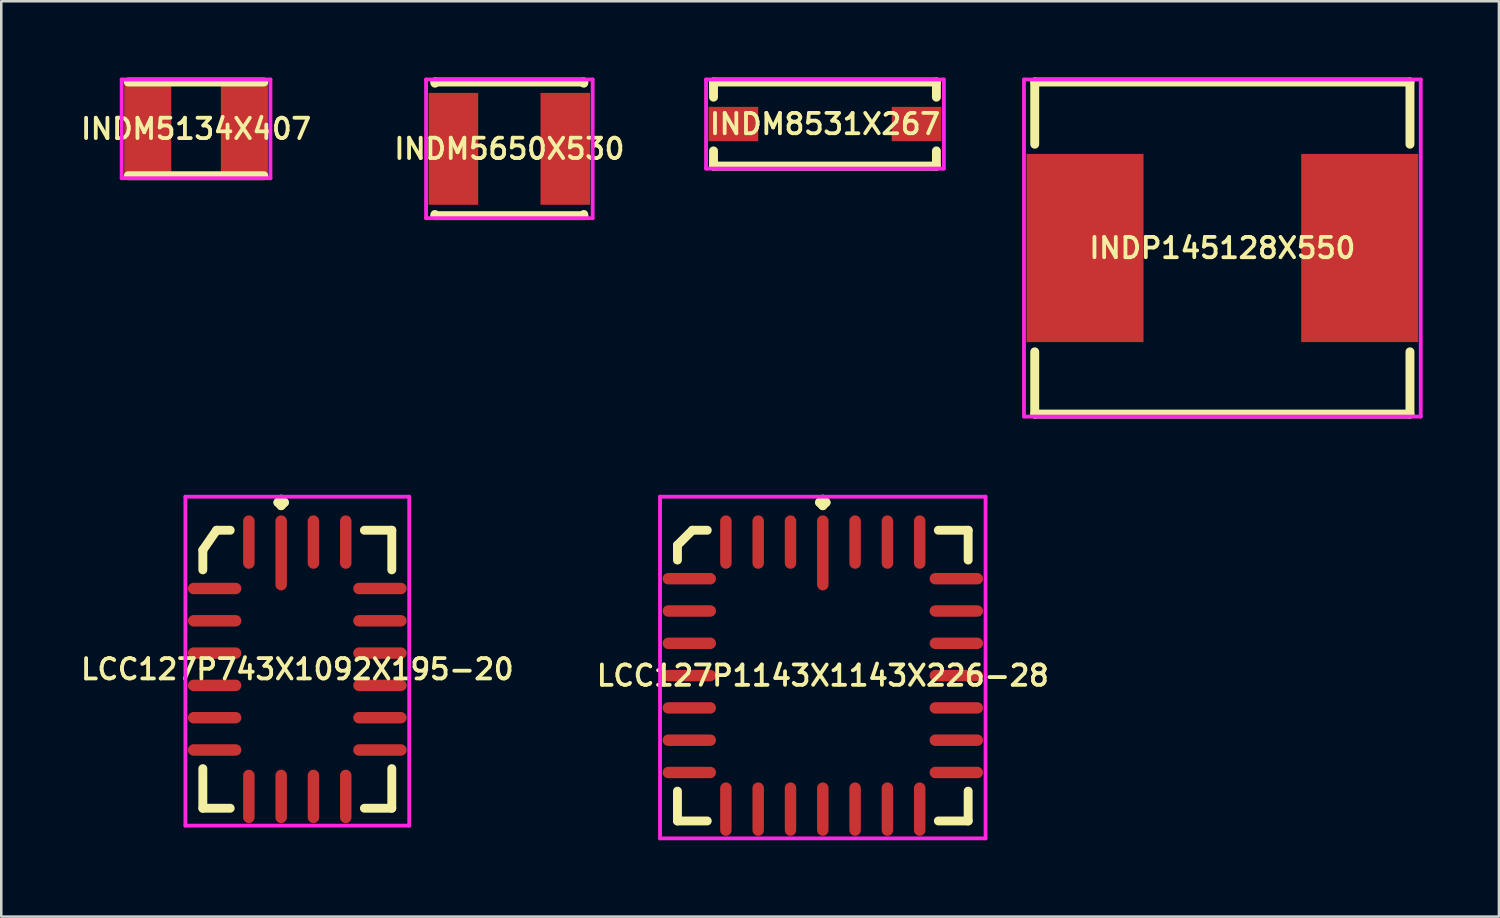
<source format=kicad_pcb>
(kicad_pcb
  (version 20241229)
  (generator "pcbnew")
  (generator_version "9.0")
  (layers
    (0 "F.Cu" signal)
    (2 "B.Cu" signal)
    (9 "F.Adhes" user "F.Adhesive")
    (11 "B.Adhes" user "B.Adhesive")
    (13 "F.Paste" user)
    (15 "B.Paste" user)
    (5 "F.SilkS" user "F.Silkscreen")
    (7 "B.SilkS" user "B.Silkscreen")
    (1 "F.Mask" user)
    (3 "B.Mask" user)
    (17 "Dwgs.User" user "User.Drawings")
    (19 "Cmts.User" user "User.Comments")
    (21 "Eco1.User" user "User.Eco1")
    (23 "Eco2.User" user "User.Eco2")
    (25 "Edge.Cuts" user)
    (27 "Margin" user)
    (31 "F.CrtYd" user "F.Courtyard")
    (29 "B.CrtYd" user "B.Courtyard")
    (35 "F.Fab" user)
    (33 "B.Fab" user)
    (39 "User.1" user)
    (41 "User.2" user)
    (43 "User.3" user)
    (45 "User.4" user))
  (footprint "LCC127P743X1092X195-20"
    (layer "F.Cu")
    (at 8.64 23.264)
    (property "Reference" "LCC127P743X1092X195-20" (at 0 0 0) (layer "F.SilkS") (effects (font (size 0.8 0.8) (thickness 0.15))))
    (attr smd)
    (fp_line (start -3.715 -4.686) (end -3.176 -5.465) (stroke (width 0.35) (type solid)) (layer "F.SilkS"))
    (fp_line (start -3.715 -3.908) (end -3.715 -4.686) (stroke (width 0.35) (type solid)) (layer "F.SilkS"))
    (fp_line (start -3.715 3.908) (end -3.715 5.465) (stroke (width 0.35) (type solid)) (layer "F.SilkS"))
    (fp_line (start -3.715 5.465) (end -2.638 5.465) (stroke (width 0.35) (type solid)) (layer "F.SilkS"))
    (fp_line (start -3.176 -5.465) (end -2.638 -5.465) (stroke (width 0.35) (type solid)) (layer "F.SilkS"))
    (fp_line (start -0.762 -6.558) (end -0.635 -6.685) (stroke (width 0.35) (type solid)) (layer "F.SilkS"))
    (fp_line (start -0.635 -6.685) (end -0.508 -6.558) (stroke (width 0.35) (type solid)) (layer "F.SilkS"))
    (fp_line (start -0.635 -6.431) (end -0.762 -6.558) (stroke (width 0.35) (type solid)) (layer "F.SilkS"))
    (fp_line (start -0.508 -6.558) (end -0.635 -6.431) (stroke (width 0.35) (type solid)) (layer "F.SilkS"))
    (fp_line (start 3.715 -5.465) (end 2.638 -5.465) (stroke (width 0.35) (type solid)) (layer "F.SilkS"))
    (fp_line (start 3.715 -3.908) (end 3.715 -5.465) (stroke (width 0.35) (type solid)) (layer "F.SilkS"))
    (fp_line (start 3.715 3.908) (end 3.715 5.465) (stroke (width 0.35) (type solid)) (layer "F.SilkS"))
    (fp_line (start 3.715 5.465) (end 2.638 5.465) (stroke (width 0.35) (type solid)) (layer "F.SilkS"))
    (fp_line (start -4.4 -6.785) (end 4.4 -6.785) (stroke (width 0.15) (type solid)) (layer "F.CrtYd"))
    (fp_line (start -4.4 6.15) (end -4.4 -6.785) (stroke (width 0.15) (type solid)) (layer "F.CrtYd"))
    (fp_line (start 4.4 -6.785) (end 4.4 6.15) (stroke (width 0.15) (type solid)) (layer "F.CrtYd"))
    (fp_line (start 4.4 6.15) (end -4.4 6.15) (stroke (width 0.15) (type solid)) (layer "F.CrtYd"))
    (pad "1" smd oval (at -0.635 -4.575) (size 0.45 2.95) (layers "F.Cu" "F.Mask" "F.Paste"))
    (pad "2" smd oval (at -1.905 -5) (size 0.45 2.1) (layers "F.Cu" "F.Mask" "F.Paste"))
    (pad "3" smd oval (at -3.25 -3.175) (size 2.1 0.45) (layers "F.Cu" "F.Mask" "F.Paste"))
    (pad "4" smd oval (at -3.25 -1.905) (size 2.1 0.45) (layers "F.Cu" "F.Mask" "F.Paste"))
    (pad "5" smd oval (at -3.25 -0.635) (size 2.1 0.45) (layers "F.Cu" "F.Mask" "F.Paste"))
    (pad "6" smd oval (at -3.25 0.635) (size 2.1 0.45) (layers "F.Cu" "F.Mask" "F.Paste"))
    (pad "7" smd oval (at -3.25 1.905) (size 2.1 0.45) (layers "F.Cu" "F.Mask" "F.Paste"))
    (pad "8" smd oval (at -3.25 3.175) (size 2.1 0.45) (layers "F.Cu" "F.Mask" "F.Paste"))
    (pad "9" smd oval (at -1.905 5) (size 0.45 2.1) (layers "F.Cu" "F.Mask" "F.Paste"))
    (pad "10" smd oval (at -0.635 5) (size 0.45 2.1) (layers "F.Cu" "F.Mask" "F.Paste"))
    (pad "11" smd oval (at 0.635 5) (size 0.45 2.1) (layers "F.Cu" "F.Mask" "F.Paste"))
    (pad "12" smd oval (at 1.905 5) (size 0.45 2.1) (layers "F.Cu" "F.Mask" "F.Paste"))
    (pad "13" smd oval (at 3.25 3.175) (size 2.1 0.45) (layers "F.Cu" "F.Mask" "F.Paste"))
    (pad "14" smd oval (at 3.25 1.905) (size 2.1 0.45) (layers "F.Cu" "F.Mask" "F.Paste"))
    (pad "15" smd oval (at 3.25 0.635) (size 2.1 0.45) (layers "F.Cu" "F.Mask" "F.Paste"))
    (pad "16" smd oval (at 3.25 -0.635) (size 2.1 0.45) (layers "F.Cu" "F.Mask" "F.Paste"))
    (pad "17" smd oval (at 3.25 -1.905) (size 2.1 0.45) (layers "F.Cu" "F.Mask" "F.Paste"))
    (pad "18" smd oval (at 3.25 -3.175) (size 2.1 0.45) (layers "F.Cu" "F.Mask" "F.Paste"))
    (pad "19" smd oval (at 1.905 -5) (size 0.45 2.1) (layers "F.Cu" "F.Mask" "F.Paste"))
    (pad "20" smd oval (at 0.635 -5) (size 0.45 2.1) (layers "F.Cu" "F.Mask" "F.Paste")))
  (footprint "INDP145128X550"
    (layer "F.Cu")
    (at 45.012 6.702)
    (property "Reference" "INDP145128X550" (at 0 0 0) (layer "F.SilkS") (effects (font (size 0.8 0.8) (thickness 0.15))))
    (attr smd)
    (fp_line (start -7.377 -6.527) (end 7.377 -6.527) (stroke (width 0.35) (type solid)) (layer "F.SilkS"))
    (fp_line (start -7.377 -4.081) (end -7.377 -6.527) (stroke (width 0.35) (type solid)) (layer "F.SilkS"))
    (fp_line (start -7.377 4.081) (end -7.377 6.527) (stroke (width 0.35) (type solid)) (layer "F.SilkS"))
    (fp_line (start -7.377 6.527) (end 7.377 6.527) (stroke (width 0.35) (type solid)) (layer "F.SilkS"))
    (fp_line (start 7.377 -6.527) (end 7.377 -4.081) (stroke (width 0.35) (type solid)) (layer "F.SilkS"))
    (fp_line (start 7.377 6.527) (end 7.377 4.081) (stroke (width 0.35) (type solid)) (layer "F.SilkS"))
    (fp_line (start -7.8 -6.627) (end 7.8 -6.627) (stroke (width 0.15) (type solid)) (layer "F.CrtYd"))
    (fp_line (start -7.8 6.627) (end -7.8 -6.627) (stroke (width 0.15) (type solid)) (layer "F.CrtYd"))
    (fp_line (start 7.8 -6.627) (end 7.8 6.627) (stroke (width 0.15) (type solid)) (layer "F.CrtYd"))
    (fp_line (start 7.8 6.627) (end -7.8 6.627) (stroke (width 0.15) (type solid)) (layer "F.CrtYd"))
    (pad "1" smd rect (at -5.4 0) (size 4.6 7.4) (layers "F.Cu" "F.Mask" "F.Paste"))
    (pad "2" smd rect (at 5.4 0) (size 4.6 7.4) (layers "F.Cu" "F.Mask" "F.Paste")))
  (footprint "INDM5650X530"
    (layer "F.Cu")
    (at 16.978 2.802)
    (property "Reference" "INDM5650X530" (at 0 0 0) (layer "F.SilkS") (effects (font (size 0.8 0.8) (thickness 0.15))))
    (attr smd)
    (fp_line (start -2.927 -2.627) (end 2.927 -2.627) (stroke (width 0.35) (type solid)) (layer "F.SilkS"))
    (fp_line (start -2.927 -2.581) (end -2.927 -2.627) (stroke (width 0.35) (type solid)) (layer "F.SilkS"))
    (fp_line (start -2.927 2.581) (end -2.927 2.627) (stroke (width 0.35) (type solid)) (layer "F.SilkS"))
    (fp_line (start -2.927 2.627) (end 2.927 2.627) (stroke (width 0.35) (type solid)) (layer "F.SilkS"))
    (fp_line (start 2.927 -2.627) (end 2.927 -2.581) (stroke (width 0.35) (type solid)) (layer "F.SilkS"))
    (fp_line (start 2.927 2.627) (end 2.927 2.581) (stroke (width 0.35) (type solid)) (layer "F.SilkS"))
    (fp_line (start -3.275 -2.727) (end 3.275 -2.727) (stroke (width 0.15) (type solid)) (layer "F.CrtYd"))
    (fp_line (start -3.275 2.727) (end -3.275 -2.727) (stroke (width 0.15) (type solid)) (layer "F.CrtYd"))
    (fp_line (start 3.275 -2.727) (end 3.275 2.727) (stroke (width 0.15) (type solid)) (layer "F.CrtYd"))
    (fp_line (start 3.275 2.727) (end -3.275 2.727) (stroke (width 0.15) (type solid)) (layer "F.CrtYd"))
    (pad "1" smd rect (at -2.2 0) (size 1.95 4.4) (layers "F.Cu" "F.Mask" "F.Paste"))
    (pad "2" smd rect (at 2.2 0) (size 1.95 4.4) (layers "F.Cu" "F.Mask" "F.Paste")))
  (footprint "INDM5134X407"
    (layer "F.Cu")
    (at 4.659 2.017)
    (property "Reference" "INDM5134X407" (at 0 0 0) (layer "F.SilkS") (effects (font (size 0.8 0.8) (thickness 0.15))))
    (attr smd)
    (fp_line (start -2.667 -1.842) (end 2.667 -1.842) (stroke (width 0.35) (type solid)) (layer "F.SilkS"))
    (fp_line (start -2.667 1.842) (end 2.667 1.842) (stroke (width 0.35) (type solid)) (layer "F.SilkS"))
    (fp_line (start -2.925 -1.942) (end 2.925 -1.942) (stroke (width 0.15) (type solid)) (layer "F.CrtYd"))
    (fp_line (start -2.925 1.942) (end -2.925 -1.942) (stroke (width 0.15) (type solid)) (layer "F.CrtYd"))
    (fp_line (start 2.925 -1.942) (end 2.925 1.942) (stroke (width 0.15) (type solid)) (layer "F.CrtYd"))
    (fp_line (start 2.925 1.942) (end -2.925 1.942) (stroke (width 0.15) (type solid)) (layer "F.CrtYd"))
    (pad "1" smd rect (at -1.9 0) (size 1.85 3.5) (layers "F.Cu" "F.Mask" "F.Paste"))
    (pad "2" smd rect (at 1.9 0) (size 1.85 3.5) (layers "F.Cu" "F.Mask" "F.Paste")))
  (footprint "INDM8531X267"
    (layer "F.Cu")
    (at 29.387 1.827)
    (property "Reference" "INDM8531X267" (at 0 0 0) (layer "F.SilkS") (effects (font (size 0.8 0.8) (thickness 0.15))))
    (attr smd)
    (fp_line (start -4.382 -1.652) (end 4.382 -1.652) (stroke (width 0.35) (type solid)) (layer "F.SilkS"))
    (fp_line (start -4.382 -1.056) (end -4.382 -1.652) (stroke (width 0.35) (type solid)) (layer "F.SilkS"))
    (fp_line (start -4.382 1.056) (end -4.382 1.652) (stroke (width 0.35) (type solid)) (layer "F.SilkS"))
    (fp_line (start -4.382 1.652) (end 4.382 1.652) (stroke (width 0.35) (type solid)) (layer "F.SilkS"))
    (fp_line (start 4.382 -1.652) (end 4.382 -1.056) (stroke (width 0.35) (type solid)) (layer "F.SilkS"))
    (fp_line (start 4.382 1.652) (end 4.382 1.056) (stroke (width 0.35) (type solid)) (layer "F.SilkS"))
    (fp_line (start -4.675 -1.752) (end 4.675 -1.752) (stroke (width 0.15) (type solid)) (layer "F.CrtYd"))
    (fp_line (start -4.675 1.752) (end -4.675 -1.752) (stroke (width 0.15) (type solid)) (layer "F.CrtYd"))
    (fp_line (start 4.675 -1.752) (end 4.675 1.752) (stroke (width 0.15) (type solid)) (layer "F.CrtYd"))
    (fp_line (start 4.675 1.752) (end -4.675 1.752) (stroke (width 0.15) (type solid)) (layer "F.CrtYd"))
    (pad "1" smd rect (at -3.6 0) (size 1.95 1.35) (layers "F.Cu" "F.Mask" "F.Paste"))
    (pad "2" smd rect (at 3.6 0) (size 1.95 1.35) (layers "F.Cu" "F.Mask" "F.Paste")))
  (footprint "LCC127P1143X1143X226-28"
    (layer "F.Cu")
    (at 29.302 23.514)
    (property "Reference" "LCC127P1143X1143X226-28" (at 0 0 0) (layer "F.SilkS") (effects (font (size 0.8 0.8) (thickness 0.15))))
    (attr smd)
    (fp_line (start -5.715 -5.129) (end -5.129 -5.715) (stroke (width 0.35) (type solid)) (layer "F.SilkS"))
    (fp_line (start -5.715 -4.543) (end -5.715 -5.129) (stroke (width 0.35) (type solid)) (layer "F.SilkS"))
    (fp_line (start -5.715 4.543) (end -5.715 5.715) (stroke (width 0.35) (type solid)) (layer "F.SilkS"))
    (fp_line (start -5.715 5.715) (end -4.543 5.715) (stroke (width 0.35) (type solid)) (layer "F.SilkS"))
    (fp_line (start -5.129 -5.715) (end -4.543 -5.715) (stroke (width 0.35) (type solid)) (layer "F.SilkS"))
    (fp_line (start -0.127 -6.808) (end 0 -6.935) (stroke (width 0.35) (type solid)) (layer "F.SilkS"))
    (fp_line (start 0 -6.935) (end 0.127 -6.808) (stroke (width 0.35) (type solid)) (layer "F.SilkS"))
    (fp_line (start 0 -6.681) (end -0.127 -6.808) (stroke (width 0.35) (type solid)) (layer "F.SilkS"))
    (fp_line (start 0.127 -6.808) (end 0 -6.681) (stroke (width 0.35) (type solid)) (layer "F.SilkS"))
    (fp_line (start 5.715 -5.715) (end 4.543 -5.715) (stroke (width 0.35) (type solid)) (layer "F.SilkS"))
    (fp_line (start 5.715 -4.543) (end 5.715 -5.715) (stroke (width 0.35) (type solid)) (layer "F.SilkS"))
    (fp_line (start 5.715 4.543) (end 5.715 5.715) (stroke (width 0.35) (type solid)) (layer "F.SilkS"))
    (fp_line (start 5.715 5.715) (end 4.543 5.715) (stroke (width 0.35) (type solid)) (layer "F.SilkS"))
    (fp_line (start -6.4 -7.035) (end 6.4 -7.035) (stroke (width 0.15) (type solid)) (layer "F.CrtYd"))
    (fp_line (start -6.4 6.4) (end -6.4 -7.035) (stroke (width 0.15) (type solid)) (layer "F.CrtYd"))
    (fp_line (start 6.4 -7.035) (end 6.4 6.4) (stroke (width 0.15) (type solid)) (layer "F.CrtYd"))
    (fp_line (start 6.4 6.4) (end -6.4 6.4) (stroke (width 0.15) (type solid)) (layer "F.CrtYd"))
    (pad "1" smd oval (at 0 -4.825) (size 0.45 2.95) (layers "F.Cu" "F.Mask" "F.Paste"))
    (pad "2" smd oval (at -1.27 -5.25) (size 0.45 2.1) (layers "F.Cu" "F.Mask" "F.Paste"))
    (pad "3" smd oval (at -2.54 -5.25) (size 0.45 2.1) (layers "F.Cu" "F.Mask" "F.Paste"))
    (pad "4" smd oval (at -3.81 -5.25) (size 0.45 2.1) (layers "F.Cu" "F.Mask" "F.Paste"))
    (pad "5" smd oval (at -5.25 -3.81) (size 2.1 0.45) (layers "F.Cu" "F.Mask" "F.Paste"))
    (pad "6" smd oval (at -5.25 -2.54) (size 2.1 0.45) (layers "F.Cu" "F.Mask" "F.Paste"))
    (pad "7" smd oval (at -5.25 -1.27) (size 2.1 0.45) (layers "F.Cu" "F.Mask" "F.Paste"))
    (pad "8" smd oval (at -5.25 0) (size 2.1 0.45) (layers "F.Cu" "F.Mask" "F.Paste"))
    (pad "9" smd oval (at -5.25 1.27) (size 2.1 0.45) (layers "F.Cu" "F.Mask" "F.Paste"))
    (pad "10" smd oval (at -5.25 2.54) (size 2.1 0.45) (layers "F.Cu" "F.Mask" "F.Paste"))
    (pad "11" smd oval (at -5.25 3.81) (size 2.1 0.45) (layers "F.Cu" "F.Mask" "F.Paste"))
    (pad "12" smd oval (at -3.81 5.25) (size 0.45 2.1) (layers "F.Cu" "F.Mask" "F.Paste"))
    (pad "13" smd oval (at -2.54 5.25) (size 0.45 2.1) (layers "F.Cu" "F.Mask" "F.Paste"))
    (pad "14" smd oval (at -1.27 5.25) (size 0.45 2.1) (layers "F.Cu" "F.Mask" "F.Paste"))
    (pad "15" smd oval (at 0 5.25) (size 0.45 2.1) (layers "F.Cu" "F.Mask" "F.Paste"))
    (pad "16" smd oval (at 1.27 5.25) (size 0.45 2.1) (layers "F.Cu" "F.Mask" "F.Paste"))
    (pad "17" smd oval (at 2.54 5.25) (size 0.45 2.1) (layers "F.Cu" "F.Mask" "F.Paste"))
    (pad "18" smd oval (at 3.81 5.25) (size 0.45 2.1) (layers "F.Cu" "F.Mask" "F.Paste"))
    (pad "19" smd oval (at 5.25 3.81) (size 2.1 0.45) (layers "F.Cu" "F.Mask" "F.Paste"))
    (pad "20" smd oval (at 5.25 2.54) (size 2.1 0.45) (layers "F.Cu" "F.Mask" "F.Paste"))
    (pad "21" smd oval (at 5.25 1.27) (size 2.1 0.45) (layers "F.Cu" "F.Mask" "F.Paste"))
    (pad "22" smd oval (at 5.25 0) (size 2.1 0.45) (layers "F.Cu" "F.Mask" "F.Paste"))
    (pad "23" smd oval (at 5.25 -1.27) (size 2.1 0.45) (layers "F.Cu" "F.Mask" "F.Paste"))
    (pad "24" smd oval (at 5.25 -2.54) (size 2.1 0.45) (layers "F.Cu" "F.Mask" "F.Paste"))
    (pad "25" smd oval (at 5.25 -3.81) (size 2.1 0.45) (layers "F.Cu" "F.Mask" "F.Paste"))
    (pad "26" smd oval (at 3.81 -5.25) (size 0.45 2.1) (layers "F.Cu" "F.Mask" "F.Paste"))
    (pad "27" smd oval (at 2.54 -5.25) (size 0.45 2.1) (layers "F.Cu" "F.Mask" "F.Paste"))
    (pad "28" smd oval (at 1.27 -5.25) (size 0.45 2.1) (layers "F.Cu" "F.Mask" "F.Paste")))
  (gr_rect
    (start -3 -3)
    (end 55.887 32.989)
    (stroke (width 0.1) (type default))
    (fill no)
    (layer "Edge.Cuts")))
</source>
